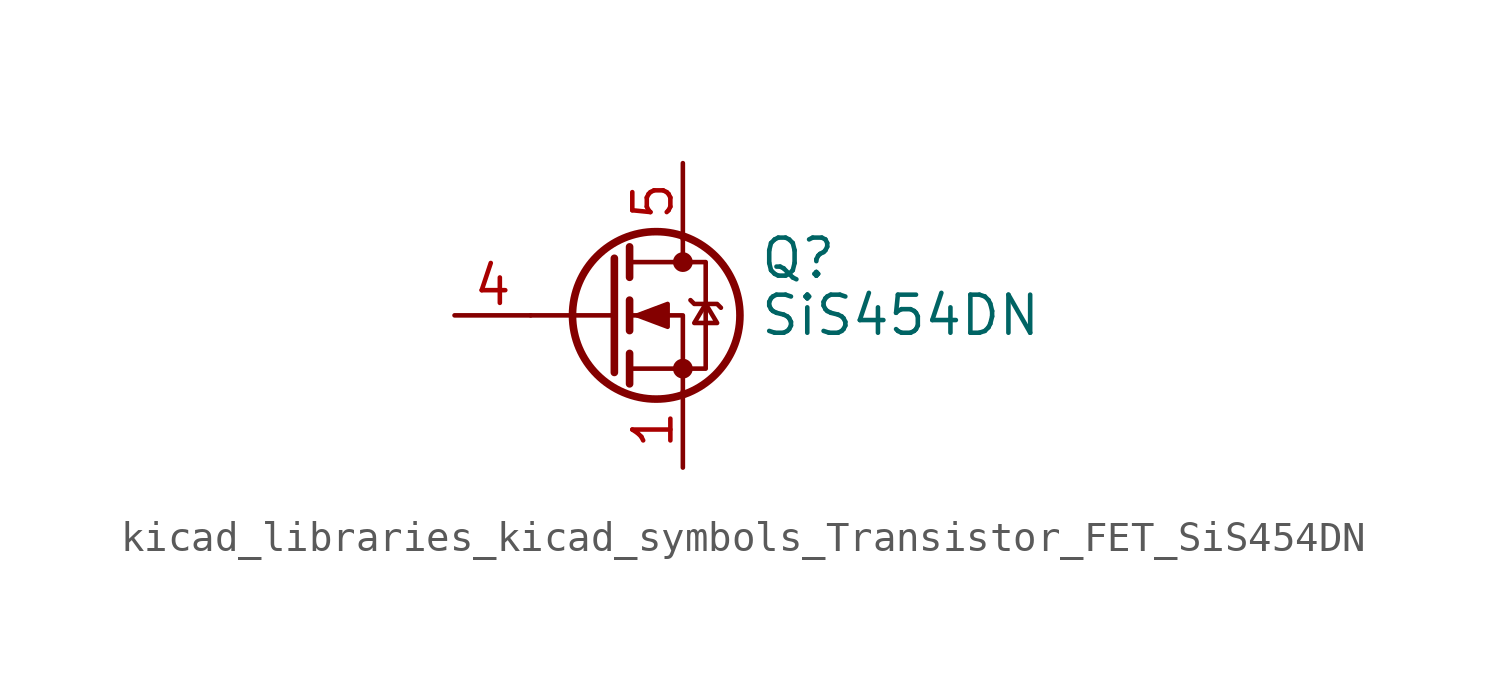
<source format=kicad_sym>
(kicad_symbol_lib
  (version 20220914)
  (generator kicad_symbol_editor)
  (symbol "kicad_libraries_kicad_symbols_Transistor_FET_SiS454DN"
    (pin_names hide)
    (property "Reference" "Q"
      (at 5.08 1.905 0)
      (effects (font (size 1.27 1.27)) (justify left)))
    (property "Value" "SiS454DN"
      (at 5.08 0 0)
      (effects (font (size 1.27 1.27)) (justify left)))
    (symbol "kicad_libraries_kicad_symbols_Transistor_FET_SiS454DN_0_1"
      (polyline (pts (xy 0.254 0) (xy -2.54 0)) (stroke (width 0) (type default)) (fill (type none)))
      (polyline (pts (xy 0.254 1.905) (xy 0.254 -1.905)) (stroke (width 0.254) (type default)) (fill (type none)))
      (polyline (pts (xy 0.762 -1.27) (xy 0.762 -2.286)) (stroke (width 0.254) (type default)) (fill (type none)))
      (polyline (pts (xy 0.762 0.508) (xy 0.762 -0.508)) (stroke (width 0.254) (type default)) (fill (type none)))
      (polyline (pts (xy 0.762 2.286) (xy 0.762 1.27)) (stroke (width 0.254) (type default)) (fill (type none)))
      (polyline (pts (xy 2.54 2.54) (xy 2.54 1.778)) (stroke (width 0) (type default)) (fill (type none)))
      (polyline (pts (xy 2.54 -2.54) (xy 2.54 0) (xy 0.762 0)) (stroke (width 0) (type default)) (fill (type none)))
      (polyline (pts (xy 0.762 -1.778) (xy 3.302 -1.778) (xy 3.302 1.778) (xy 0.762 1.778)) (stroke (width 0) (type default)) (fill (type none)))
      (polyline (pts (xy 1.016 0) (xy 2.032 0.381) (xy 2.032 -0.381) (xy 1.016 0)) (stroke (width 0) (type default)) (fill (type outline)))
      (polyline (pts (xy 2.794 0.508) (xy 2.921 0.381) (xy 3.683 0.381) (xy 3.81 0.254)) (stroke (width 0) (type default)) (fill (type none)))
      (polyline (pts (xy 3.302 0.381) (xy 2.921 -0.254) (xy 3.683 -0.254) (xy 3.302 0.381)) (stroke (width 0) (type default)) (fill (type none)))
      (circle (center 1.651 0) (radius 2.794) (stroke (width 0.254) (type default)) (fill (type none)))
      (circle (center 2.54 -1.778) (radius 0.254) (stroke (width 0) (type default)) (fill (type outline)))
      (circle (center 2.54 1.778) (radius 0.254) (stroke (width 0) (type default)) (fill (type outline))))
    (symbol "kicad_libraries_kicad_symbols_Transistor_FET_SiS454DN_1_1"
      (pin passive line (at 2.54 -5.08 90) (length 2.54) (name "S" (effects (font (size 1.27 1.27)))) (number "1" (effects (font (size 1.27 1.27)))))
      (pin passive line (at 2.54 -5.08 90) (length 2.54) hide (name "S" (effects (font (size 1.27 1.27)))) (number "2" (effects (font (size 1.27 1.27)))))
      (pin passive line (at 2.54 -5.08 90) (length 2.54) hide (name "S" (effects (font (size 1.27 1.27)))) (number "3" (effects (font (size 1.27 1.27)))))
      (pin input line (at -5.08 0 0) (length 2.54) (name "G" (effects (font (size 1.27 1.27)))) (number "4" (effects (font (size 1.27 1.27)))))
      (pin passive line (at 2.54 5.08 270) (length 2.54) (name "D" (effects (font (size 1.27 1.27)))) (number "5" (effects (font (size 1.27 1.27))))))))
</source>
